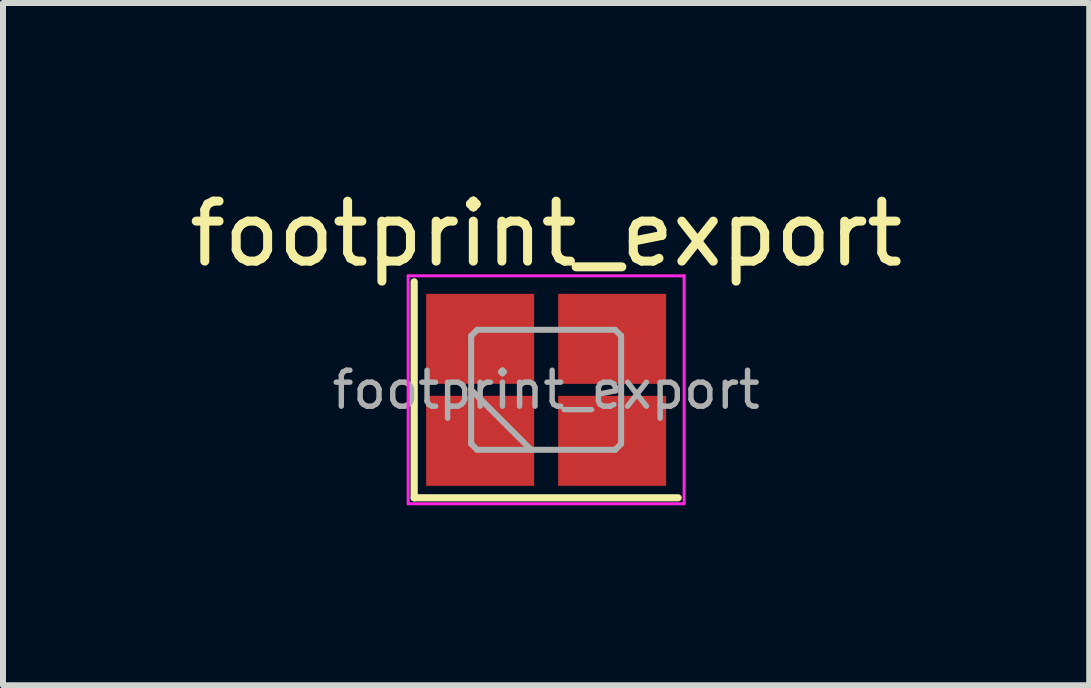
<source format=kicad_pcb>
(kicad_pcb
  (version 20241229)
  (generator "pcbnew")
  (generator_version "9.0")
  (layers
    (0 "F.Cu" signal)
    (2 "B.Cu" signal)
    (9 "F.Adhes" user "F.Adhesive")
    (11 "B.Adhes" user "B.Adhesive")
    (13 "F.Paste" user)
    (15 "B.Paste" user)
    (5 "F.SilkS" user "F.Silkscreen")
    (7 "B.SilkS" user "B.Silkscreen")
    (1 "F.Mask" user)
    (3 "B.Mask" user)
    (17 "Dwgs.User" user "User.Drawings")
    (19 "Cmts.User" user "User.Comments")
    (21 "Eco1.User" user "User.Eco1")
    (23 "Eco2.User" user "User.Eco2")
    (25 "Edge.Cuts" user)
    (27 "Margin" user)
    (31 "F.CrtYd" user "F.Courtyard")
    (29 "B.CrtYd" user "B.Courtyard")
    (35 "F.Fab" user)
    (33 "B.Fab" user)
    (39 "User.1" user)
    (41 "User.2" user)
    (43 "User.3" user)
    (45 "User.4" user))
  (footprint "footprint_export"
    (layer "F.Cu")
    (at 6.054 3.448)
    (property "Reference" "footprint_export" (at 0 -2.6 0) (layer "F.SilkS") (effects (font (size 1 1) (thickness 0.15))))
    (attr smd)
    (fp_line (start -2.2 -1.8) (end -2.2 1.8) (stroke (width 0.12) (type solid)) (layer "F.SilkS"))
    (fp_line (start -2.2 1.8) (end 2.2 1.8) (stroke (width 0.12) (type solid)) (layer "F.SilkS"))
    (fp_line (start -2.3 -1.9) (end -2.3 1.9) (stroke (width 0.05) (type solid)) (layer "F.CrtYd"))
    (fp_line (start -2.3 1.9) (end 2.3 1.9) (stroke (width 0.05) (type solid)) (layer "F.CrtYd"))
    (fp_line (start 2.3 -1.9) (end -2.3 -1.9) (stroke (width 0.05) (type solid)) (layer "F.CrtYd"))
    (fp_line (start 2.3 1.9) (end 2.3 -1.9) (stroke (width 0.05) (type solid)) (layer "F.CrtYd"))
    (fp_line (start -1.25 -0.9) (end -1.15 -1) (stroke (width 0.1) (type solid)) (layer "F.Fab"))
    (fp_line (start -1.25 0) (end -0.25 1) (stroke (width 0.1) (type solid)) (layer "F.Fab"))
    (fp_line (start -1.25 0.9) (end -1.25 -0.9) (stroke (width 0.1) (type solid)) (layer "F.Fab"))
    (fp_line (start -1.15 -1) (end 1.15 -1) (stroke (width 0.1) (type solid)) (layer "F.Fab"))
    (fp_line (start -1.15 1) (end -1.25 0.9) (stroke (width 0.1) (type solid)) (layer "F.Fab"))
    (fp_line (start 1.15 -1) (end 1.25 -0.9) (stroke (width 0.1) (type solid)) (layer "F.Fab"))
    (fp_line (start 1.15 1) (end -1.15 1) (stroke (width 0.1) (type solid)) (layer "F.Fab"))
    (fp_line (start 1.25 -0.9) (end 1.25 0.9) (stroke (width 0.1) (type solid)) (layer "F.Fab"))
    (fp_line (start 1.25 0.9) (end 1.15 1) (stroke (width 0.1) (type solid)) (layer "F.Fab"))
    (fp_text user "${REFERENCE}" (at 0 0 0) (layer "F.Fab") (effects (font (size 0.6 0.6) (thickness 0.09))))
    (pad "1" smd rect (at -1.1 0.85) (size 1.8 1.5) (layers "F.Cu" "F.Mask" "F.Paste"))
    (pad "2" smd rect (at 1.1 0.85) (size 1.8 1.5) (layers "F.Cu" "F.Mask" "F.Paste"))
    (pad "3" smd rect (at 1.1 -0.85) (size 1.8 1.5) (layers "F.Cu" "F.Mask" "F.Paste"))
    (pad "4" smd rect (at -1.1 -0.85) (size 1.8 1.5) (layers "F.Cu" "F.Mask" "F.Paste")))
  (gr_rect
    (start -3 -3)
    (end 15.107 8.373)
    (stroke (width 0.1) (type default))
    (fill no)
    (layer "Edge.Cuts")))
</source>
